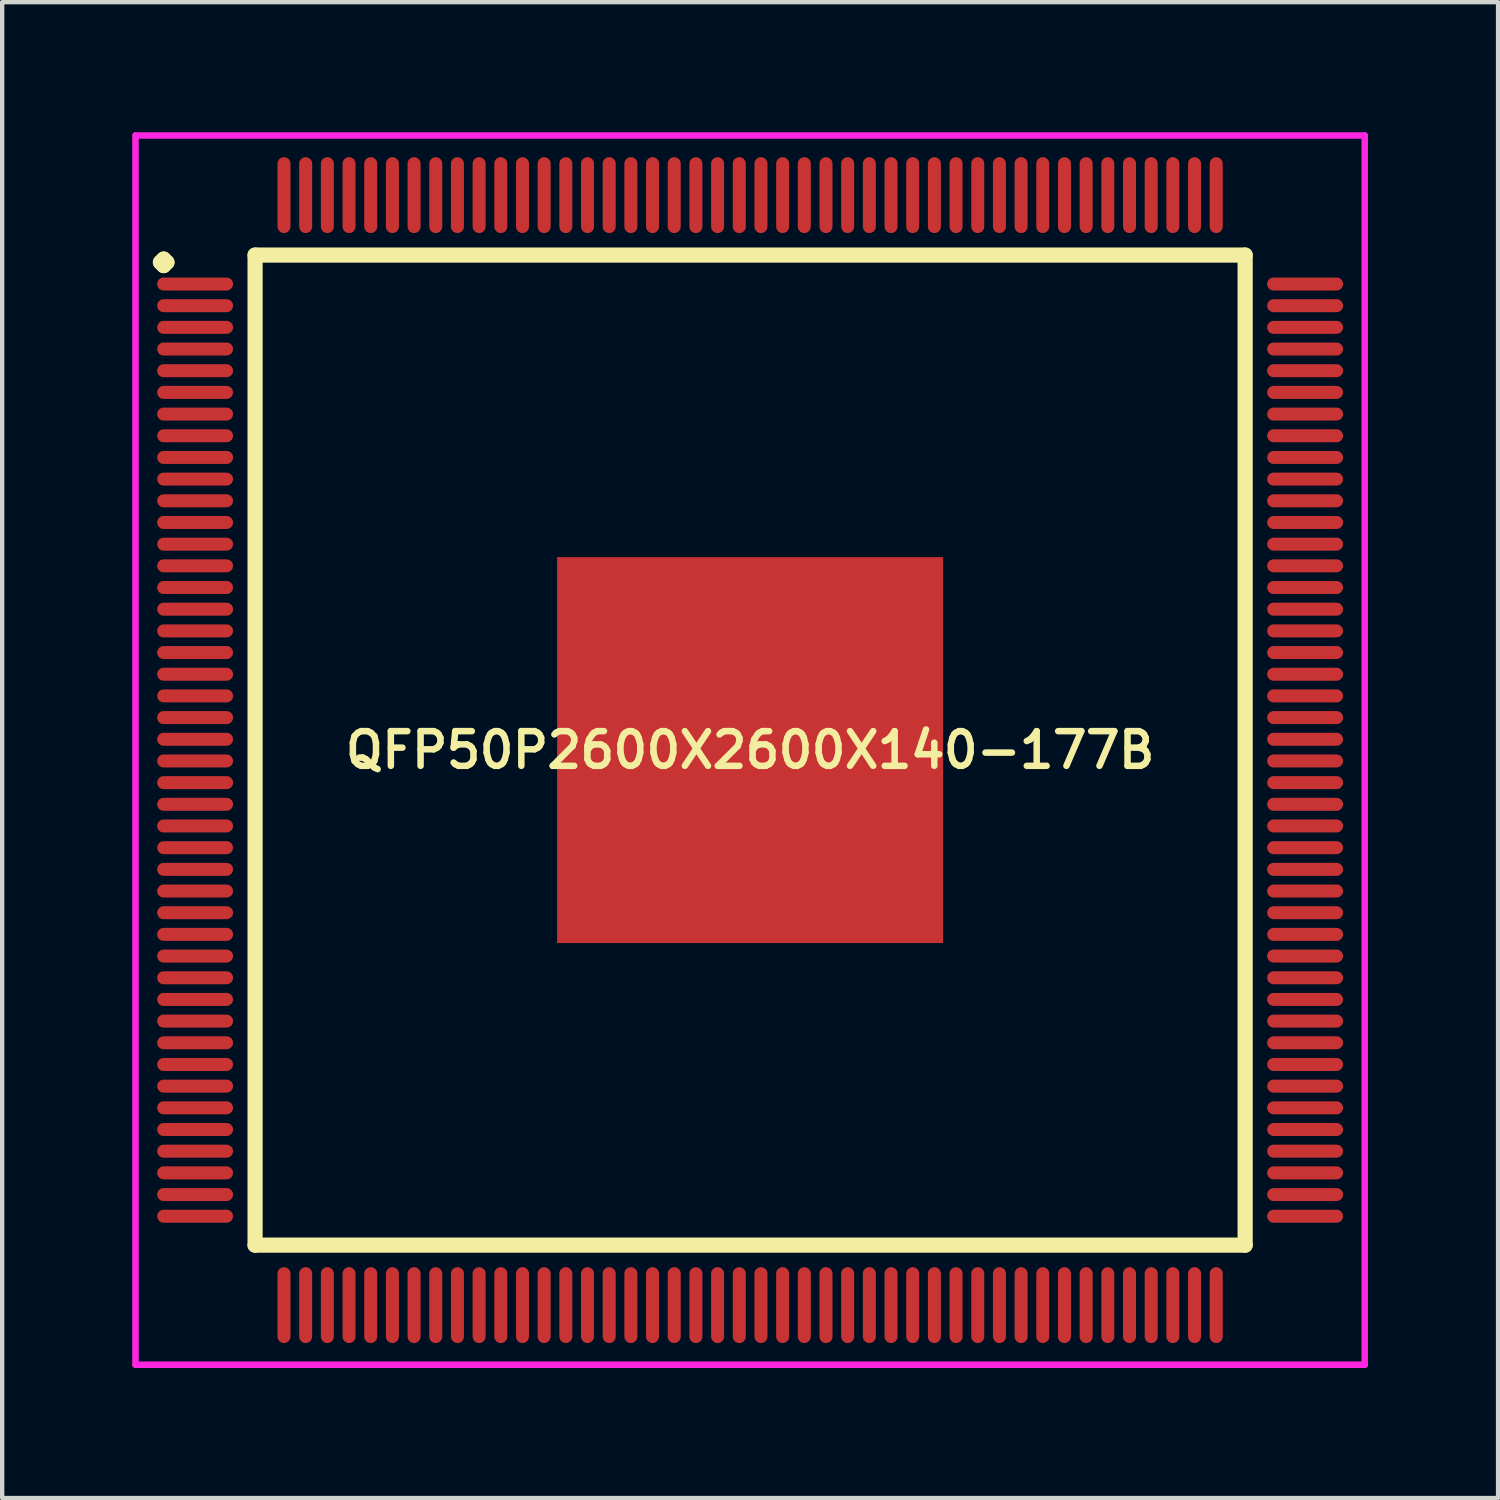
<source format=kicad_pcb>
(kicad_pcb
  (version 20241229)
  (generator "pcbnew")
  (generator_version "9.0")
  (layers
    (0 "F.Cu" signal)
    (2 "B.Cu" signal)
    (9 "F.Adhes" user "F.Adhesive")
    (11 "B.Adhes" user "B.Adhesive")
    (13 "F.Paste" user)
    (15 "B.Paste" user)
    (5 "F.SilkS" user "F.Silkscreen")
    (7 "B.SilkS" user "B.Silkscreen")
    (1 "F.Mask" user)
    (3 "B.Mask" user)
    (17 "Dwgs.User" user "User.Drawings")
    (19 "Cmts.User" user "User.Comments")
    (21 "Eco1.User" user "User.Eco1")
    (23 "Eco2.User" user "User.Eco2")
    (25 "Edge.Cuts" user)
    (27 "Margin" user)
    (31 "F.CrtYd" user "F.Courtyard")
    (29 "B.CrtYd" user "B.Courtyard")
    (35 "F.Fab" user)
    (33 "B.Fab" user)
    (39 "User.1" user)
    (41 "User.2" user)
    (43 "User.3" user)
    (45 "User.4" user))
  (footprint "QFP50P2600X2600X140-177B"
    (layer "F.Cu")
    (at 14.25 14.25)
    (property "Reference" "QFP50P2600X2600X140-177B" (at 0 0 0) (layer "F.SilkS") (effects (font (size 0.8 0.8) (thickness 0.15))))
    (attr smd)
    (fp_line (start -13.6 -11.25) (end -13.525 -11.325) (stroke (width 0.35) (type solid)) (layer "F.SilkS"))
    (fp_line (start -13.525 -11.325) (end -13.45 -11.25) (stroke (width 0.35) (type solid)) (layer "F.SilkS"))
    (fp_line (start -13.525 -11.175) (end -13.6 -11.25) (stroke (width 0.35) (type solid)) (layer "F.SilkS"))
    (fp_line (start -13.45 -11.25) (end -13.525 -11.175) (stroke (width 0.35) (type solid)) (layer "F.SilkS"))
    (fp_line (start -11.417 -11.417) (end -11.417 11.417) (stroke (width 0.35) (type solid)) (layer "F.SilkS"))
    (fp_line (start -11.417 11.417) (end 11.417 11.417) (stroke (width 0.35) (type solid)) (layer "F.SilkS"))
    (fp_line (start 11.417 -11.417) (end -11.417 -11.417) (stroke (width 0.35) (type solid)) (layer "F.SilkS"))
    (fp_line (start 11.417 11.417) (end 11.417 -11.417) (stroke (width 0.35) (type solid)) (layer "F.SilkS"))
    (fp_line (start -14.175 -14.175) (end 14.175 -14.175) (stroke (width 0.15) (type solid)) (layer "F.CrtYd"))
    (fp_line (start -14.175 14.175) (end -14.175 -14.175) (stroke (width 0.15) (type solid)) (layer "F.CrtYd"))
    (fp_line (start 14.175 -14.175) (end 14.175 14.175) (stroke (width 0.15) (type solid)) (layer "F.CrtYd"))
    (fp_line (start 14.175 14.175) (end -14.175 14.175) (stroke (width 0.15) (type solid)) (layer "F.CrtYd"))
    (pad "1" smd oval (at -12.8 -10.75) (size 1.75 0.3) (layers "F.Cu" "F.Mask" "F.Paste"))
    (pad "2" smd oval (at -12.8 -10.25) (size 1.75 0.3) (layers "F.Cu" "F.Mask" "F.Paste"))
    (pad "3" smd oval (at -12.8 -9.75) (size 1.75 0.3) (layers "F.Cu" "F.Mask" "F.Paste"))
    (pad "4" smd oval (at -12.8 -9.25) (size 1.75 0.3) (layers "F.Cu" "F.Mask" "F.Paste"))
    (pad "5" smd oval (at -12.8 -8.75) (size 1.75 0.3) (layers "F.Cu" "F.Mask" "F.Paste"))
    (pad "6" smd oval (at -12.8 -8.25) (size 1.75 0.3) (layers "F.Cu" "F.Mask" "F.Paste"))
    (pad "7" smd oval (at -12.8 -7.75) (size 1.75 0.3) (layers "F.Cu" "F.Mask" "F.Paste"))
    (pad "8" smd oval (at -12.8 -7.25) (size 1.75 0.3) (layers "F.Cu" "F.Mask" "F.Paste"))
    (pad "9" smd oval (at -12.8 -6.75) (size 1.75 0.3) (layers "F.Cu" "F.Mask" "F.Paste"))
    (pad "10" smd oval (at -12.8 -6.25) (size 1.75 0.3) (layers "F.Cu" "F.Mask" "F.Paste"))
    (pad "11" smd oval (at -12.8 -5.75) (size 1.75 0.3) (layers "F.Cu" "F.Mask" "F.Paste"))
    (pad "12" smd oval (at -12.8 -5.25) (size 1.75 0.3) (layers "F.Cu" "F.Mask" "F.Paste"))
    (pad "13" smd oval (at -12.8 -4.75) (size 1.75 0.3) (layers "F.Cu" "F.Mask" "F.Paste"))
    (pad "14" smd oval (at -12.8 -4.25) (size 1.75 0.3) (layers "F.Cu" "F.Mask" "F.Paste"))
    (pad "15" smd oval (at -12.8 -3.75) (size 1.75 0.3) (layers "F.Cu" "F.Mask" "F.Paste"))
    (pad "16" smd oval (at -12.8 -3.25) (size 1.75 0.3) (layers "F.Cu" "F.Mask" "F.Paste"))
    (pad "17" smd oval (at -12.8 -2.75) (size 1.75 0.3) (layers "F.Cu" "F.Mask" "F.Paste"))
    (pad "18" smd oval (at -12.8 -2.25) (size 1.75 0.3) (layers "F.Cu" "F.Mask" "F.Paste"))
    (pad "19" smd oval (at -12.8 -1.75) (size 1.75 0.3) (layers "F.Cu" "F.Mask" "F.Paste"))
    (pad "20" smd oval (at -12.8 -1.25) (size 1.75 0.3) (layers "F.Cu" "F.Mask" "F.Paste"))
    (pad "21" smd oval (at -12.8 -0.75) (size 1.75 0.3) (layers "F.Cu" "F.Mask" "F.Paste"))
    (pad "22" smd oval (at -12.8 -0.25) (size 1.75 0.3) (layers "F.Cu" "F.Mask" "F.Paste"))
    (pad "23" smd oval (at -12.8 0.25) (size 1.75 0.3) (layers "F.Cu" "F.Mask" "F.Paste"))
    (pad "24" smd oval (at -12.8 0.75) (size 1.75 0.3) (layers "F.Cu" "F.Mask" "F.Paste"))
    (pad "25" smd oval (at -12.8 1.25) (size 1.75 0.3) (layers "F.Cu" "F.Mask" "F.Paste"))
    (pad "26" smd oval (at -12.8 1.75) (size 1.75 0.3) (layers "F.Cu" "F.Mask" "F.Paste"))
    (pad "27" smd oval (at -12.8 2.25) (size 1.75 0.3) (layers "F.Cu" "F.Mask" "F.Paste"))
    (pad "28" smd oval (at -12.8 2.75) (size 1.75 0.3) (layers "F.Cu" "F.Mask" "F.Paste"))
    (pad "29" smd oval (at -12.8 3.25) (size 1.75 0.3) (layers "F.Cu" "F.Mask" "F.Paste"))
    (pad "30" smd oval (at -12.8 3.75) (size 1.75 0.3) (layers "F.Cu" "F.Mask" "F.Paste"))
    (pad "31" smd oval (at -12.8 4.25) (size 1.75 0.3) (layers "F.Cu" "F.Mask" "F.Paste"))
    (pad "32" smd oval (at -12.8 4.75) (size 1.75 0.3) (layers "F.Cu" "F.Mask" "F.Paste"))
    (pad "33" smd oval (at -12.8 5.25) (size 1.75 0.3) (layers "F.Cu" "F.Mask" "F.Paste"))
    (pad "34" smd oval (at -12.8 5.75) (size 1.75 0.3) (layers "F.Cu" "F.Mask" "F.Paste"))
    (pad "35" smd oval (at -12.8 6.25) (size 1.75 0.3) (layers "F.Cu" "F.Mask" "F.Paste"))
    (pad "36" smd oval (at -12.8 6.75) (size 1.75 0.3) (layers "F.Cu" "F.Mask" "F.Paste"))
    (pad "37" smd oval (at -12.8 7.25) (size 1.75 0.3) (layers "F.Cu" "F.Mask" "F.Paste"))
    (pad "38" smd oval (at -12.8 7.75) (size 1.75 0.3) (layers "F.Cu" "F.Mask" "F.Paste"))
    (pad "39" smd oval (at -12.8 8.25) (size 1.75 0.3) (layers "F.Cu" "F.Mask" "F.Paste"))
    (pad "40" smd oval (at -12.8 8.75) (size 1.75 0.3) (layers "F.Cu" "F.Mask" "F.Paste"))
    (pad "41" smd oval (at -12.8 9.25) (size 1.75 0.3) (layers "F.Cu" "F.Mask" "F.Paste"))
    (pad "42" smd oval (at -12.8 9.75) (size 1.75 0.3) (layers "F.Cu" "F.Mask" "F.Paste"))
    (pad "43" smd oval (at -12.8 10.25) (size 1.75 0.3) (layers "F.Cu" "F.Mask" "F.Paste"))
    (pad "44" smd oval (at -12.8 10.75) (size 1.75 0.3) (layers "F.Cu" "F.Mask" "F.Paste"))
    (pad "45" smd oval (at -10.75 12.8) (size 0.3 1.75) (layers "F.Cu" "F.Mask" "F.Paste"))
    (pad "46" smd oval (at -10.25 12.8) (size 0.3 1.75) (layers "F.Cu" "F.Mask" "F.Paste"))
    (pad "47" smd oval (at -9.75 12.8) (size 0.3 1.75) (layers "F.Cu" "F.Mask" "F.Paste"))
    (pad "48" smd oval (at -9.25 12.8) (size 0.3 1.75) (layers "F.Cu" "F.Mask" "F.Paste"))
    (pad "49" smd oval (at -8.75 12.8) (size 0.3 1.75) (layers "F.Cu" "F.Mask" "F.Paste"))
    (pad "50" smd oval (at -8.25 12.8) (size 0.3 1.75) (layers "F.Cu" "F.Mask" "F.Paste"))
    (pad "51" smd oval (at -7.75 12.8) (size 0.3 1.75) (layers "F.Cu" "F.Mask" "F.Paste"))
    (pad "52" smd oval (at -7.25 12.8) (size 0.3 1.75) (layers "F.Cu" "F.Mask" "F.Paste"))
    (pad "53" smd oval (at -6.75 12.8) (size 0.3 1.75) (layers "F.Cu" "F.Mask" "F.Paste"))
    (pad "54" smd oval (at -6.25 12.8) (size 0.3 1.75) (layers "F.Cu" "F.Mask" "F.Paste"))
    (pad "55" smd oval (at -5.75 12.8) (size 0.3 1.75) (layers "F.Cu" "F.Mask" "F.Paste"))
    (pad "56" smd oval (at -5.25 12.8) (size 0.3 1.75) (layers "F.Cu" "F.Mask" "F.Paste"))
    (pad "57" smd oval (at -4.75 12.8) (size 0.3 1.75) (layers "F.Cu" "F.Mask" "F.Paste"))
    (pad "58" smd oval (at -4.25 12.8) (size 0.3 1.75) (layers "F.Cu" "F.Mask" "F.Paste"))
    (pad "59" smd oval (at -3.75 12.8) (size 0.3 1.75) (layers "F.Cu" "F.Mask" "F.Paste"))
    (pad "60" smd oval (at -3.25 12.8) (size 0.3 1.75) (layers "F.Cu" "F.Mask" "F.Paste"))
    (pad "61" smd oval (at -2.75 12.8) (size 0.3 1.75) (layers "F.Cu" "F.Mask" "F.Paste"))
    (pad "62" smd oval (at -2.25 12.8) (size 0.3 1.75) (layers "F.Cu" "F.Mask" "F.Paste"))
    (pad "63" smd oval (at -1.75 12.8) (size 0.3 1.75) (layers "F.Cu" "F.Mask" "F.Paste"))
    (pad "64" smd oval (at -1.25 12.8) (size 0.3 1.75) (layers "F.Cu" "F.Mask" "F.Paste"))
    (pad "65" smd oval (at -0.75 12.8) (size 0.3 1.75) (layers "F.Cu" "F.Mask" "F.Paste"))
    (pad "66" smd oval (at -0.25 12.8) (size 0.3 1.75) (layers "F.Cu" "F.Mask" "F.Paste"))
    (pad "67" smd oval (at 0.25 12.8) (size 0.3 1.75) (layers "F.Cu" "F.Mask" "F.Paste"))
    (pad "68" smd oval (at 0.75 12.8) (size 0.3 1.75) (layers "F.Cu" "F.Mask" "F.Paste"))
    (pad "69" smd oval (at 1.25 12.8) (size 0.3 1.75) (layers "F.Cu" "F.Mask" "F.Paste"))
    (pad "70" smd oval (at 1.75 12.8) (size 0.3 1.75) (layers "F.Cu" "F.Mask" "F.Paste"))
    (pad "71" smd oval (at 2.25 12.8) (size 0.3 1.75) (layers "F.Cu" "F.Mask" "F.Paste"))
    (pad "72" smd oval (at 2.75 12.8) (size 0.3 1.75) (layers "F.Cu" "F.Mask" "F.Paste"))
    (pad "73" smd oval (at 3.25 12.8) (size 0.3 1.75) (layers "F.Cu" "F.Mask" "F.Paste"))
    (pad "74" smd oval (at 3.75 12.8) (size 0.3 1.75) (layers "F.Cu" "F.Mask" "F.Paste"))
    (pad "75" smd oval (at 4.25 12.8) (size 0.3 1.75) (layers "F.Cu" "F.Mask" "F.Paste"))
    (pad "76" smd oval (at 4.75 12.8) (size 0.3 1.75) (layers "F.Cu" "F.Mask" "F.Paste"))
    (pad "77" smd oval (at 5.25 12.8) (size 0.3 1.75) (layers "F.Cu" "F.Mask" "F.Paste"))
    (pad "78" smd oval (at 5.75 12.8) (size 0.3 1.75) (layers "F.Cu" "F.Mask" "F.Paste"))
    (pad "79" smd oval (at 6.25 12.8) (size 0.3 1.75) (layers "F.Cu" "F.Mask" "F.Paste"))
    (pad "80" smd oval (at 6.75 12.8) (size 0.3 1.75) (layers "F.Cu" "F.Mask" "F.Paste"))
    (pad "81" smd oval (at 7.25 12.8) (size 0.3 1.75) (layers "F.Cu" "F.Mask" "F.Paste"))
    (pad "82" smd oval (at 7.75 12.8) (size 0.3 1.75) (layers "F.Cu" "F.Mask" "F.Paste"))
    (pad "83" smd oval (at 8.25 12.8) (size 0.3 1.75) (layers "F.Cu" "F.Mask" "F.Paste"))
    (pad "84" smd oval (at 8.75 12.8) (size 0.3 1.75) (layers "F.Cu" "F.Mask" "F.Paste"))
    (pad "85" smd oval (at 9.25 12.8) (size 0.3 1.75) (layers "F.Cu" "F.Mask" "F.Paste"))
    (pad "86" smd oval (at 9.75 12.8) (size 0.3 1.75) (layers "F.Cu" "F.Mask" "F.Paste"))
    (pad "87" smd oval (at 10.25 12.8) (size 0.3 1.75) (layers "F.Cu" "F.Mask" "F.Paste"))
    (pad "88" smd oval (at 10.75 12.8) (size 0.3 1.75) (layers "F.Cu" "F.Mask" "F.Paste"))
    (pad "89" smd oval (at 12.8 10.75) (size 1.75 0.3) (layers "F.Cu" "F.Mask" "F.Paste"))
    (pad "90" smd oval (at 12.8 10.25) (size 1.75 0.3) (layers "F.Cu" "F.Mask" "F.Paste"))
    (pad "91" smd oval (at 12.8 9.75) (size 1.75 0.3) (layers "F.Cu" "F.Mask" "F.Paste"))
    (pad "92" smd oval (at 12.8 9.25) (size 1.75 0.3) (layers "F.Cu" "F.Mask" "F.Paste"))
    (pad "93" smd oval (at 12.8 8.75) (size 1.75 0.3) (layers "F.Cu" "F.Mask" "F.Paste"))
    (pad "94" smd oval (at 12.8 8.25) (size 1.75 0.3) (layers "F.Cu" "F.Mask" "F.Paste"))
    (pad "95" smd oval (at 12.8 7.75) (size 1.75 0.3) (layers "F.Cu" "F.Mask" "F.Paste"))
    (pad "96" smd oval (at 12.8 7.25) (size 1.75 0.3) (layers "F.Cu" "F.Mask" "F.Paste"))
    (pad "97" smd oval (at 12.8 6.75) (size 1.75 0.3) (layers "F.Cu" "F.Mask" "F.Paste"))
    (pad "98" smd oval (at 12.8 6.25) (size 1.75 0.3) (layers "F.Cu" "F.Mask" "F.Paste"))
    (pad "99" smd oval (at 12.8 5.75) (size 1.75 0.3) (layers "F.Cu" "F.Mask" "F.Paste"))
    (pad "100" smd oval (at 12.8 5.25) (size 1.75 0.3) (layers "F.Cu" "F.Mask" "F.Paste"))
    (pad "101" smd oval (at 12.8 4.75) (size 1.75 0.3) (layers "F.Cu" "F.Mask" "F.Paste"))
    (pad "102" smd oval (at 12.8 4.25) (size 1.75 0.3) (layers "F.Cu" "F.Mask" "F.Paste"))
    (pad "103" smd oval (at 12.8 3.75) (size 1.75 0.3) (layers "F.Cu" "F.Mask" "F.Paste"))
    (pad "104" smd oval (at 12.8 3.25) (size 1.75 0.3) (layers "F.Cu" "F.Mask" "F.Paste"))
    (pad "105" smd oval (at 12.8 2.75) (size 1.75 0.3) (layers "F.Cu" "F.Mask" "F.Paste"))
    (pad "106" smd oval (at 12.8 2.25) (size 1.75 0.3) (layers "F.Cu" "F.Mask" "F.Paste"))
    (pad "107" smd oval (at 12.8 1.75) (size 1.75 0.3) (layers "F.Cu" "F.Mask" "F.Paste"))
    (pad "108" smd oval (at 12.8 1.25) (size 1.75 0.3) (layers "F.Cu" "F.Mask" "F.Paste"))
    (pad "109" smd oval (at 12.8 0.75) (size 1.75 0.3) (layers "F.Cu" "F.Mask" "F.Paste"))
    (pad "110" smd oval (at 12.8 0.25) (size 1.75 0.3) (layers "F.Cu" "F.Mask" "F.Paste"))
    (pad "111" smd oval (at 12.8 -0.25) (size 1.75 0.3) (layers "F.Cu" "F.Mask" "F.Paste"))
    (pad "112" smd oval (at 12.8 -0.75) (size 1.75 0.3) (layers "F.Cu" "F.Mask" "F.Paste"))
    (pad "113" smd oval (at 12.8 -1.25) (size 1.75 0.3) (layers "F.Cu" "F.Mask" "F.Paste"))
    (pad "114" smd oval (at 12.8 -1.75) (size 1.75 0.3) (layers "F.Cu" "F.Mask" "F.Paste"))
    (pad "115" smd oval (at 12.8 -2.25) (size 1.75 0.3) (layers "F.Cu" "F.Mask" "F.Paste"))
    (pad "116" smd oval (at 12.8 -2.75) (size 1.75 0.3) (layers "F.Cu" "F.Mask" "F.Paste"))
    (pad "117" smd oval (at 12.8 -3.25) (size 1.75 0.3) (layers "F.Cu" "F.Mask" "F.Paste"))
    (pad "118" smd oval (at 12.8 -3.75) (size 1.75 0.3) (layers "F.Cu" "F.Mask" "F.Paste"))
    (pad "119" smd oval (at 12.8 -4.25) (size 1.75 0.3) (layers "F.Cu" "F.Mask" "F.Paste"))
    (pad "120" smd oval (at 12.8 -4.75) (size 1.75 0.3) (layers "F.Cu" "F.Mask" "F.Paste"))
    (pad "121" smd oval (at 12.8 -5.25) (size 1.75 0.3) (layers "F.Cu" "F.Mask" "F.Paste"))
    (pad "122" smd oval (at 12.8 -5.75) (size 1.75 0.3) (layers "F.Cu" "F.Mask" "F.Paste"))
    (pad "123" smd oval (at 12.8 -6.25) (size 1.75 0.3) (layers "F.Cu" "F.Mask" "F.Paste"))
    (pad "124" smd oval (at 12.8 -6.75) (size 1.75 0.3) (layers "F.Cu" "F.Mask" "F.Paste"))
    (pad "125" smd oval (at 12.8 -7.25) (size 1.75 0.3) (layers "F.Cu" "F.Mask" "F.Paste"))
    (pad "126" smd oval (at 12.8 -7.75) (size 1.75 0.3) (layers "F.Cu" "F.Mask" "F.Paste"))
    (pad "127" smd oval (at 12.8 -8.25) (size 1.75 0.3) (layers "F.Cu" "F.Mask" "F.Paste"))
    (pad "128" smd oval (at 12.8 -8.75) (size 1.75 0.3) (layers "F.Cu" "F.Mask" "F.Paste"))
    (pad "129" smd oval (at 12.8 -9.25) (size 1.75 0.3) (layers "F.Cu" "F.Mask" "F.Paste"))
    (pad "130" smd oval (at 12.8 -9.75) (size 1.75 0.3) (layers "F.Cu" "F.Mask" "F.Paste"))
    (pad "131" smd oval (at 12.8 -10.25) (size 1.75 0.3) (layers "F.Cu" "F.Mask" "F.Paste"))
    (pad "132" smd oval (at 12.8 -10.75) (size 1.75 0.3) (layers "F.Cu" "F.Mask" "F.Paste"))
    (pad "133" smd oval (at 10.75 -12.8) (size 0.3 1.75) (layers "F.Cu" "F.Mask" "F.Paste"))
    (pad "134" smd oval (at 10.25 -12.8) (size 0.3 1.75) (layers "F.Cu" "F.Mask" "F.Paste"))
    (pad "135" smd oval (at 9.75 -12.8) (size 0.3 1.75) (layers "F.Cu" "F.Mask" "F.Paste"))
    (pad "136" smd oval (at 9.25 -12.8) (size 0.3 1.75) (layers "F.Cu" "F.Mask" "F.Paste"))
    (pad "137" smd oval (at 8.75 -12.8) (size 0.3 1.75) (layers "F.Cu" "F.Mask" "F.Paste"))
    (pad "138" smd oval (at 8.25 -12.8) (size 0.3 1.75) (layers "F.Cu" "F.Mask" "F.Paste"))
    (pad "139" smd oval (at 7.75 -12.8) (size 0.3 1.75) (layers "F.Cu" "F.Mask" "F.Paste"))
    (pad "140" smd oval (at 7.25 -12.8) (size 0.3 1.75) (layers "F.Cu" "F.Mask" "F.Paste"))
    (pad "141" smd oval (at 6.75 -12.8) (size 0.3 1.75) (layers "F.Cu" "F.Mask" "F.Paste"))
    (pad "142" smd oval (at 6.25 -12.8) (size 0.3 1.75) (layers "F.Cu" "F.Mask" "F.Paste"))
    (pad "143" smd oval (at 5.75 -12.8) (size 0.3 1.75) (layers "F.Cu" "F.Mask" "F.Paste"))
    (pad "144" smd oval (at 5.25 -12.8) (size 0.3 1.75) (layers "F.Cu" "F.Mask" "F.Paste"))
    (pad "145" smd oval (at 4.75 -12.8) (size 0.3 1.75) (layers "F.Cu" "F.Mask" "F.Paste"))
    (pad "146" smd oval (at 4.25 -12.8) (size 0.3 1.75) (layers "F.Cu" "F.Mask" "F.Paste"))
    (pad "147" smd oval (at 3.75 -12.8) (size 0.3 1.75) (layers "F.Cu" "F.Mask" "F.Paste"))
    (pad "148" smd oval (at 3.25 -12.8) (size 0.3 1.75) (layers "F.Cu" "F.Mask" "F.Paste"))
    (pad "149" smd oval (at 2.75 -12.8) (size 0.3 1.75) (layers "F.Cu" "F.Mask" "F.Paste"))
    (pad "150" smd oval (at 2.25 -12.8) (size 0.3 1.75) (layers "F.Cu" "F.Mask" "F.Paste"))
    (pad "151" smd oval (at 1.75 -12.8) (size 0.3 1.75) (layers "F.Cu" "F.Mask" "F.Paste"))
    (pad "152" smd oval (at 1.25 -12.8) (size 0.3 1.75) (layers "F.Cu" "F.Mask" "F.Paste"))
    (pad "153" smd oval (at 0.75 -12.8) (size 0.3 1.75) (layers "F.Cu" "F.Mask" "F.Paste"))
    (pad "154" smd oval (at 0.25 -12.8) (size 0.3 1.75) (layers "F.Cu" "F.Mask" "F.Paste"))
    (pad "155" smd oval (at -0.25 -12.8) (size 0.3 1.75) (layers "F.Cu" "F.Mask" "F.Paste"))
    (pad "156" smd oval (at -0.75 -12.8) (size 0.3 1.75) (layers "F.Cu" "F.Mask" "F.Paste"))
    (pad "157" smd oval (at -1.25 -12.8) (size 0.3 1.75) (layers "F.Cu" "F.Mask" "F.Paste"))
    (pad "158" smd oval (at -1.75 -12.8) (size 0.3 1.75) (layers "F.Cu" "F.Mask" "F.Paste"))
    (pad "159" smd oval (at -2.25 -12.8) (size 0.3 1.75) (layers "F.Cu" "F.Mask" "F.Paste"))
    (pad "160" smd oval (at -2.75 -12.8) (size 0.3 1.75) (layers "F.Cu" "F.Mask" "F.Paste"))
    (pad "161" smd oval (at -3.25 -12.8) (size 0.3 1.75) (layers "F.Cu" "F.Mask" "F.Paste"))
    (pad "162" smd oval (at -3.75 -12.8) (size 0.3 1.75) (layers "F.Cu" "F.Mask" "F.Paste"))
    (pad "163" smd oval (at -4.25 -12.8) (size 0.3 1.75) (layers "F.Cu" "F.Mask" "F.Paste"))
    (pad "164" smd oval (at -4.75 -12.8) (size 0.3 1.75) (layers "F.Cu" "F.Mask" "F.Paste"))
    (pad "165" smd oval (at -5.25 -12.8) (size 0.3 1.75) (layers "F.Cu" "F.Mask" "F.Paste"))
    (pad "166" smd oval (at -5.75 -12.8) (size 0.3 1.75) (layers "F.Cu" "F.Mask" "F.Paste"))
    (pad "167" smd oval (at -6.25 -12.8) (size 0.3 1.75) (layers "F.Cu" "F.Mask" "F.Paste"))
    (pad "168" smd oval (at -6.75 -12.8) (size 0.3 1.75) (layers "F.Cu" "F.Mask" "F.Paste"))
    (pad "169" smd oval (at -7.25 -12.8) (size 0.3 1.75) (layers "F.Cu" "F.Mask" "F.Paste"))
    (pad "170" smd oval (at -7.75 -12.8) (size 0.3 1.75) (layers "F.Cu" "F.Mask" "F.Paste"))
    (pad "171" smd oval (at -8.25 -12.8) (size 0.3 1.75) (layers "F.Cu" "F.Mask" "F.Paste"))
    (pad "172" smd oval (at -8.75 -12.8) (size 0.3 1.75) (layers "F.Cu" "F.Mask" "F.Paste"))
    (pad "173" smd oval (at -9.25 -12.8) (size 0.3 1.75) (layers "F.Cu" "F.Mask" "F.Paste"))
    (pad "174" smd oval (at -9.75 -12.8) (size 0.3 1.75) (layers "F.Cu" "F.Mask" "F.Paste"))
    (pad "175" smd oval (at -10.25 -12.8) (size 0.3 1.75) (layers "F.Cu" "F.Mask" "F.Paste"))
    (pad "176" smd oval (at -10.75 -12.8) (size 0.3 1.75) (layers "F.Cu" "F.Mask" "F.Paste"))
    (pad "177" smd rect (at 0 0) (size 8.9 8.9) (layers "F.Cu" "F.Mask" "F.Paste")))
  (gr_rect
    (start -3 -3)
    (end 31.5 31.5)
    (stroke (width 0.1) (type default))
    (fill no)
    (layer "Edge.Cuts")))
</source>
